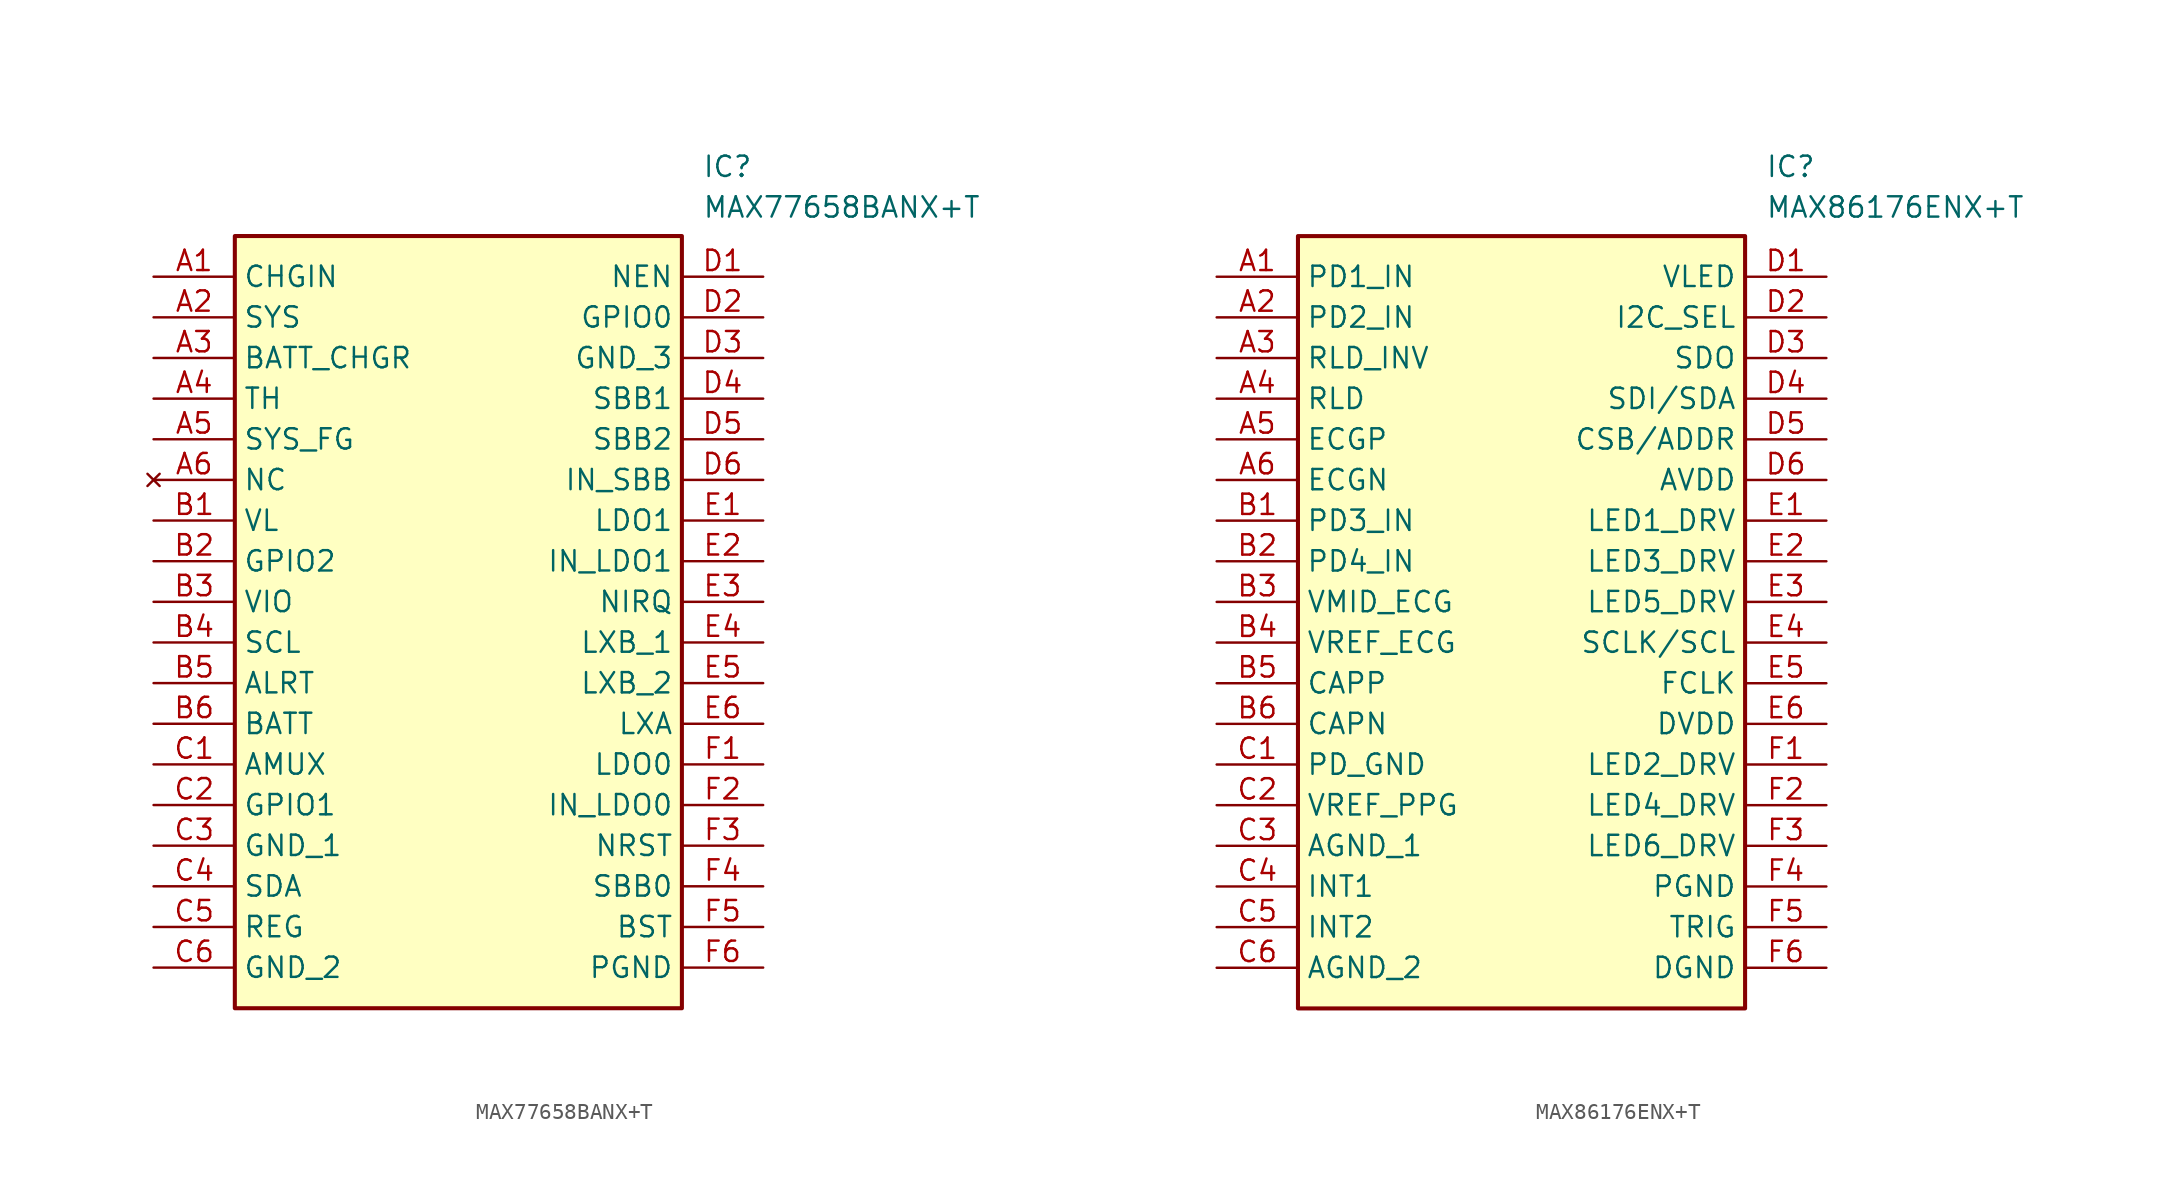
<source format=kicad_sym>
(kicad_symbol_lib
  (version 20220914)
  (generator kicad_symbol_editor)
  (symbol "MAX77658BANX+T"
    (property "Reference" "IC"
      (at 34.29 7.62 0)
      (effects (font (size 1.27 1.27)) (justify left top)))
    (property "Value" "MAX77658BANX+T"
      (at 34.29 5.08 0)
      (effects (font (size 1.27 1.27)) (justify left top)))
    (symbol "MAX77658BANX+T_1_1"
      (rectangle (start 5.08 2.54) (end 33.02 -45.72) (stroke (width 0.254) (type default)) (fill (type background)))
      (pin passive line (at 0 0 0) (length 5.08) (name "CHGIN" (effects (font (size 1.27 1.27)))) (number "A1" (effects (font (size 1.27 1.27)))))
      (pin passive line (at 0 -2.54 0) (length 5.08) (name "SYS" (effects (font (size 1.27 1.27)))) (number "A2" (effects (font (size 1.27 1.27)))))
      (pin passive line (at 0 -5.08 0) (length 5.08) (name "BATT_CHGR" (effects (font (size 1.27 1.27)))) (number "A3" (effects (font (size 1.27 1.27)))))
      (pin passive line (at 0 -7.62 0) (length 5.08) (name "TH" (effects (font (size 1.27 1.27)))) (number "A4" (effects (font (size 1.27 1.27)))))
      (pin passive line (at 0 -10.16 0) (length 5.08) (name "SYS_FG" (effects (font (size 1.27 1.27)))) (number "A5" (effects (font (size 1.27 1.27)))))
      (pin no_connect line (at 0 -12.7 0) (length 5.08) (name "NC" (effects (font (size 1.27 1.27)))) (number "A6" (effects (font (size 1.27 1.27)))))
      (pin passive line (at 0 -15.24 0) (length 5.08) (name "VL" (effects (font (size 1.27 1.27)))) (number "B1" (effects (font (size 1.27 1.27)))))
      (pin passive line (at 0 -17.78 0) (length 5.08) (name "GPIO2" (effects (font (size 1.27 1.27)))) (number "B2" (effects (font (size 1.27 1.27)))))
      (pin passive line (at 0 -20.32 0) (length 5.08) (name "VIO" (effects (font (size 1.27 1.27)))) (number "B3" (effects (font (size 1.27 1.27)))))
      (pin passive line (at 0 -22.86 0) (length 5.08) (name "SCL" (effects (font (size 1.27 1.27)))) (number "B4" (effects (font (size 1.27 1.27)))))
      (pin passive line (at 0 -25.4 0) (length 5.08) (name "ALRT" (effects (font (size 1.27 1.27)))) (number "B5" (effects (font (size 1.27 1.27)))))
      (pin passive line (at 0 -27.94 0) (length 5.08) (name "BATT" (effects (font (size 1.27 1.27)))) (number "B6" (effects (font (size 1.27 1.27)))))
      (pin passive line (at 0 -30.48 0) (length 5.08) (name "AMUX" (effects (font (size 1.27 1.27)))) (number "C1" (effects (font (size 1.27 1.27)))))
      (pin passive line (at 0 -33.02 0) (length 5.08) (name "GPIO1" (effects (font (size 1.27 1.27)))) (number "C2" (effects (font (size 1.27 1.27)))))
      (pin passive line (at 0 -35.56 0) (length 5.08) (name "GND_1" (effects (font (size 1.27 1.27)))) (number "C3" (effects (font (size 1.27 1.27)))))
      (pin passive line (at 0 -38.1 0) (length 5.08) (name "SDA" (effects (font (size 1.27 1.27)))) (number "C4" (effects (font (size 1.27 1.27)))))
      (pin passive line (at 0 -40.64 0) (length 5.08) (name "REG" (effects (font (size 1.27 1.27)))) (number "C5" (effects (font (size 1.27 1.27)))))
      (pin passive line (at 0 -43.18 0) (length 5.08) (name "GND_2" (effects (font (size 1.27 1.27)))) (number "C6" (effects (font (size 1.27 1.27)))))
      (pin passive line (at 38.1 0 180) (length 5.08) (name "NEN" (effects (font (size 1.27 1.27)))) (number "D1" (effects (font (size 1.27 1.27)))))
      (pin passive line (at 38.1 -2.54 180) (length 5.08) (name "GPIO0" (effects (font (size 1.27 1.27)))) (number "D2" (effects (font (size 1.27 1.27)))))
      (pin passive line (at 38.1 -5.08 180) (length 5.08) (name "GND_3" (effects (font (size 1.27 1.27)))) (number "D3" (effects (font (size 1.27 1.27)))))
      (pin passive line (at 38.1 -7.62 180) (length 5.08) (name "SBB1" (effects (font (size 1.27 1.27)))) (number "D4" (effects (font (size 1.27 1.27)))))
      (pin passive line (at 38.1 -10.16 180) (length 5.08) (name "SBB2" (effects (font (size 1.27 1.27)))) (number "D5" (effects (font (size 1.27 1.27)))))
      (pin passive line (at 38.1 -12.7 180) (length 5.08) (name "IN_SBB" (effects (font (size 1.27 1.27)))) (number "D6" (effects (font (size 1.27 1.27)))))
      (pin passive line (at 38.1 -15.24 180) (length 5.08) (name "LDO1" (effects (font (size 1.27 1.27)))) (number "E1" (effects (font (size 1.27 1.27)))))
      (pin passive line (at 38.1 -17.78 180) (length 5.08) (name "IN_LDO1" (effects (font (size 1.27 1.27)))) (number "E2" (effects (font (size 1.27 1.27)))))
      (pin passive line (at 38.1 -20.32 180) (length 5.08) (name "NIRQ" (effects (font (size 1.27 1.27)))) (number "E3" (effects (font (size 1.27 1.27)))))
      (pin passive line (at 38.1 -22.86 180) (length 5.08) (name "LXB_1" (effects (font (size 1.27 1.27)))) (number "E4" (effects (font (size 1.27 1.27)))))
      (pin passive line (at 38.1 -25.4 180) (length 5.08) (name "LXB_2" (effects (font (size 1.27 1.27)))) (number "E5" (effects (font (size 1.27 1.27)))))
      (pin passive line (at 38.1 -27.94 180) (length 5.08) (name "LXA" (effects (font (size 1.27 1.27)))) (number "E6" (effects (font (size 1.27 1.27)))))
      (pin passive line (at 38.1 -30.48 180) (length 5.08) (name "LDO0" (effects (font (size 1.27 1.27)))) (number "F1" (effects (font (size 1.27 1.27)))))
      (pin passive line (at 38.1 -33.02 180) (length 5.08) (name "IN_LDO0" (effects (font (size 1.27 1.27)))) (number "F2" (effects (font (size 1.27 1.27)))))
      (pin passive line (at 38.1 -35.56 180) (length 5.08) (name "NRST" (effects (font (size 1.27 1.27)))) (number "F3" (effects (font (size 1.27 1.27)))))
      (pin passive line (at 38.1 -38.1 180) (length 5.08) (name "SBB0" (effects (font (size 1.27 1.27)))) (number "F4" (effects (font (size 1.27 1.27)))))
      (pin passive line (at 38.1 -40.64 180) (length 5.08) (name "BST" (effects (font (size 1.27 1.27)))) (number "F5" (effects (font (size 1.27 1.27)))))
      (pin passive line (at 38.1 -43.18 180) (length 5.08) (name "PGND" (effects (font (size 1.27 1.27)))) (number "F6" (effects (font (size 1.27 1.27)))))))
  (symbol "MAX86176ENX+T"
    (property "Reference" "IC"
      (at 34.29 7.62 0)
      (effects (font (size 1.27 1.27)) (justify left top)))
    (property "Value" "MAX86176ENX+T"
      (at 34.29 5.08 0)
      (effects (font (size 1.27 1.27)) (justify left top)))
    (symbol "MAX86176ENX+T_1_1"
      (rectangle (start 5.08 2.54) (end 33.02 -45.72) (stroke (width 0.254) (type default)) (fill (type background)))
      (pin passive line (at 0 0 0) (length 5.08) (name "PD1_IN" (effects (font (size 1.27 1.27)))) (number "A1" (effects (font (size 1.27 1.27)))))
      (pin passive line (at 0 -2.54 0) (length 5.08) (name "PD2_IN" (effects (font (size 1.27 1.27)))) (number "A2" (effects (font (size 1.27 1.27)))))
      (pin passive line (at 0 -5.08 0) (length 5.08) (name "RLD_INV" (effects (font (size 1.27 1.27)))) (number "A3" (effects (font (size 1.27 1.27)))))
      (pin passive line (at 0 -7.62 0) (length 5.08) (name "RLD" (effects (font (size 1.27 1.27)))) (number "A4" (effects (font (size 1.27 1.27)))))
      (pin passive line (at 0 -10.16 0) (length 5.08) (name "ECGP" (effects (font (size 1.27 1.27)))) (number "A5" (effects (font (size 1.27 1.27)))))
      (pin passive line (at 0 -12.7 0) (length 5.08) (name "ECGN" (effects (font (size 1.27 1.27)))) (number "A6" (effects (font (size 1.27 1.27)))))
      (pin passive line (at 0 -15.24 0) (length 5.08) (name "PD3_IN" (effects (font (size 1.27 1.27)))) (number "B1" (effects (font (size 1.27 1.27)))))
      (pin passive line (at 0 -17.78 0) (length 5.08) (name "PD4_IN" (effects (font (size 1.27 1.27)))) (number "B2" (effects (font (size 1.27 1.27)))))
      (pin passive line (at 0 -20.32 0) (length 5.08) (name "VMID_ECG" (effects (font (size 1.27 1.27)))) (number "B3" (effects (font (size 1.27 1.27)))))
      (pin passive line (at 0 -22.86 0) (length 5.08) (name "VREF_ECG" (effects (font (size 1.27 1.27)))) (number "B4" (effects (font (size 1.27 1.27)))))
      (pin passive line (at 0 -25.4 0) (length 5.08) (name "CAPP" (effects (font (size 1.27 1.27)))) (number "B5" (effects (font (size 1.27 1.27)))))
      (pin passive line (at 0 -27.94 0) (length 5.08) (name "CAPN" (effects (font (size 1.27 1.27)))) (number "B6" (effects (font (size 1.27 1.27)))))
      (pin passive line (at 0 -30.48 0) (length 5.08) (name "PD_GND" (effects (font (size 1.27 1.27)))) (number "C1" (effects (font (size 1.27 1.27)))))
      (pin passive line (at 0 -33.02 0) (length 5.08) (name "VREF_PPG" (effects (font (size 1.27 1.27)))) (number "C2" (effects (font (size 1.27 1.27)))))
      (pin passive line (at 0 -35.56 0) (length 5.08) (name "AGND_1" (effects (font (size 1.27 1.27)))) (number "C3" (effects (font (size 1.27 1.27)))))
      (pin passive line (at 0 -38.1 0) (length 5.08) (name "INT1" (effects (font (size 1.27 1.27)))) (number "C4" (effects (font (size 1.27 1.27)))))
      (pin passive line (at 0 -40.64 0) (length 5.08) (name "INT2" (effects (font (size 1.27 1.27)))) (number "C5" (effects (font (size 1.27 1.27)))))
      (pin passive line (at 0 -43.18 0) (length 5.08) (name "AGND_2" (effects (font (size 1.27 1.27)))) (number "C6" (effects (font (size 1.27 1.27)))))
      (pin passive line (at 38.1 0 180) (length 5.08) (name "VLED" (effects (font (size 1.27 1.27)))) (number "D1" (effects (font (size 1.27 1.27)))))
      (pin passive line (at 38.1 -2.54 180) (length 5.08) (name "I2C_SEL" (effects (font (size 1.27 1.27)))) (number "D2" (effects (font (size 1.27 1.27)))))
      (pin passive line (at 38.1 -5.08 180) (length 5.08) (name "SDO" (effects (font (size 1.27 1.27)))) (number "D3" (effects (font (size 1.27 1.27)))))
      (pin passive line (at 38.1 -7.62 180) (length 5.08) (name "SDI/SDA" (effects (font (size 1.27 1.27)))) (number "D4" (effects (font (size 1.27 1.27)))))
      (pin passive line (at 38.1 -10.16 180) (length 5.08) (name "CSB/ADDR" (effects (font (size 1.27 1.27)))) (number "D5" (effects (font (size 1.27 1.27)))))
      (pin passive line (at 38.1 -12.7 180) (length 5.08) (name "AVDD" (effects (font (size 1.27 1.27)))) (number "D6" (effects (font (size 1.27 1.27)))))
      (pin passive line (at 38.1 -15.24 180) (length 5.08) (name "LED1_DRV" (effects (font (size 1.27 1.27)))) (number "E1" (effects (font (size 1.27 1.27)))))
      (pin passive line (at 38.1 -17.78 180) (length 5.08) (name "LED3_DRV" (effects (font (size 1.27 1.27)))) (number "E2" (effects (font (size 1.27 1.27)))))
      (pin passive line (at 38.1 -20.32 180) (length 5.08) (name "LED5_DRV" (effects (font (size 1.27 1.27)))) (number "E3" (effects (font (size 1.27 1.27)))))
      (pin passive line (at 38.1 -22.86 180) (length 5.08) (name "SCLK/SCL" (effects (font (size 1.27 1.27)))) (number "E4" (effects (font (size 1.27 1.27)))))
      (pin passive line (at 38.1 -25.4 180) (length 5.08) (name "FCLK" (effects (font (size 1.27 1.27)))) (number "E5" (effects (font (size 1.27 1.27)))))
      (pin passive line (at 38.1 -27.94 180) (length 5.08) (name "DVDD" (effects (font (size 1.27 1.27)))) (number "E6" (effects (font (size 1.27 1.27)))))
      (pin passive line (at 38.1 -30.48 180) (length 5.08) (name "LED2_DRV" (effects (font (size 1.27 1.27)))) (number "F1" (effects (font (size 1.27 1.27)))))
      (pin passive line (at 38.1 -33.02 180) (length 5.08) (name "LED4_DRV" (effects (font (size 1.27 1.27)))) (number "F2" (effects (font (size 1.27 1.27)))))
      (pin passive line (at 38.1 -35.56 180) (length 5.08) (name "LED6_DRV" (effects (font (size 1.27 1.27)))) (number "F3" (effects (font (size 1.27 1.27)))))
      (pin passive line (at 38.1 -38.1 180) (length 5.08) (name "PGND" (effects (font (size 1.27 1.27)))) (number "F4" (effects (font (size 1.27 1.27)))))
      (pin passive line (at 38.1 -40.64 180) (length 5.08) (name "TRIG" (effects (font (size 1.27 1.27)))) (number "F5" (effects (font (size 1.27 1.27)))))
      (pin passive line (at 38.1 -43.18 180) (length 5.08) (name "DGND" (effects (font (size 1.27 1.27)))) (number "F6" (effects (font (size 1.27 1.27))))))))
</source>
